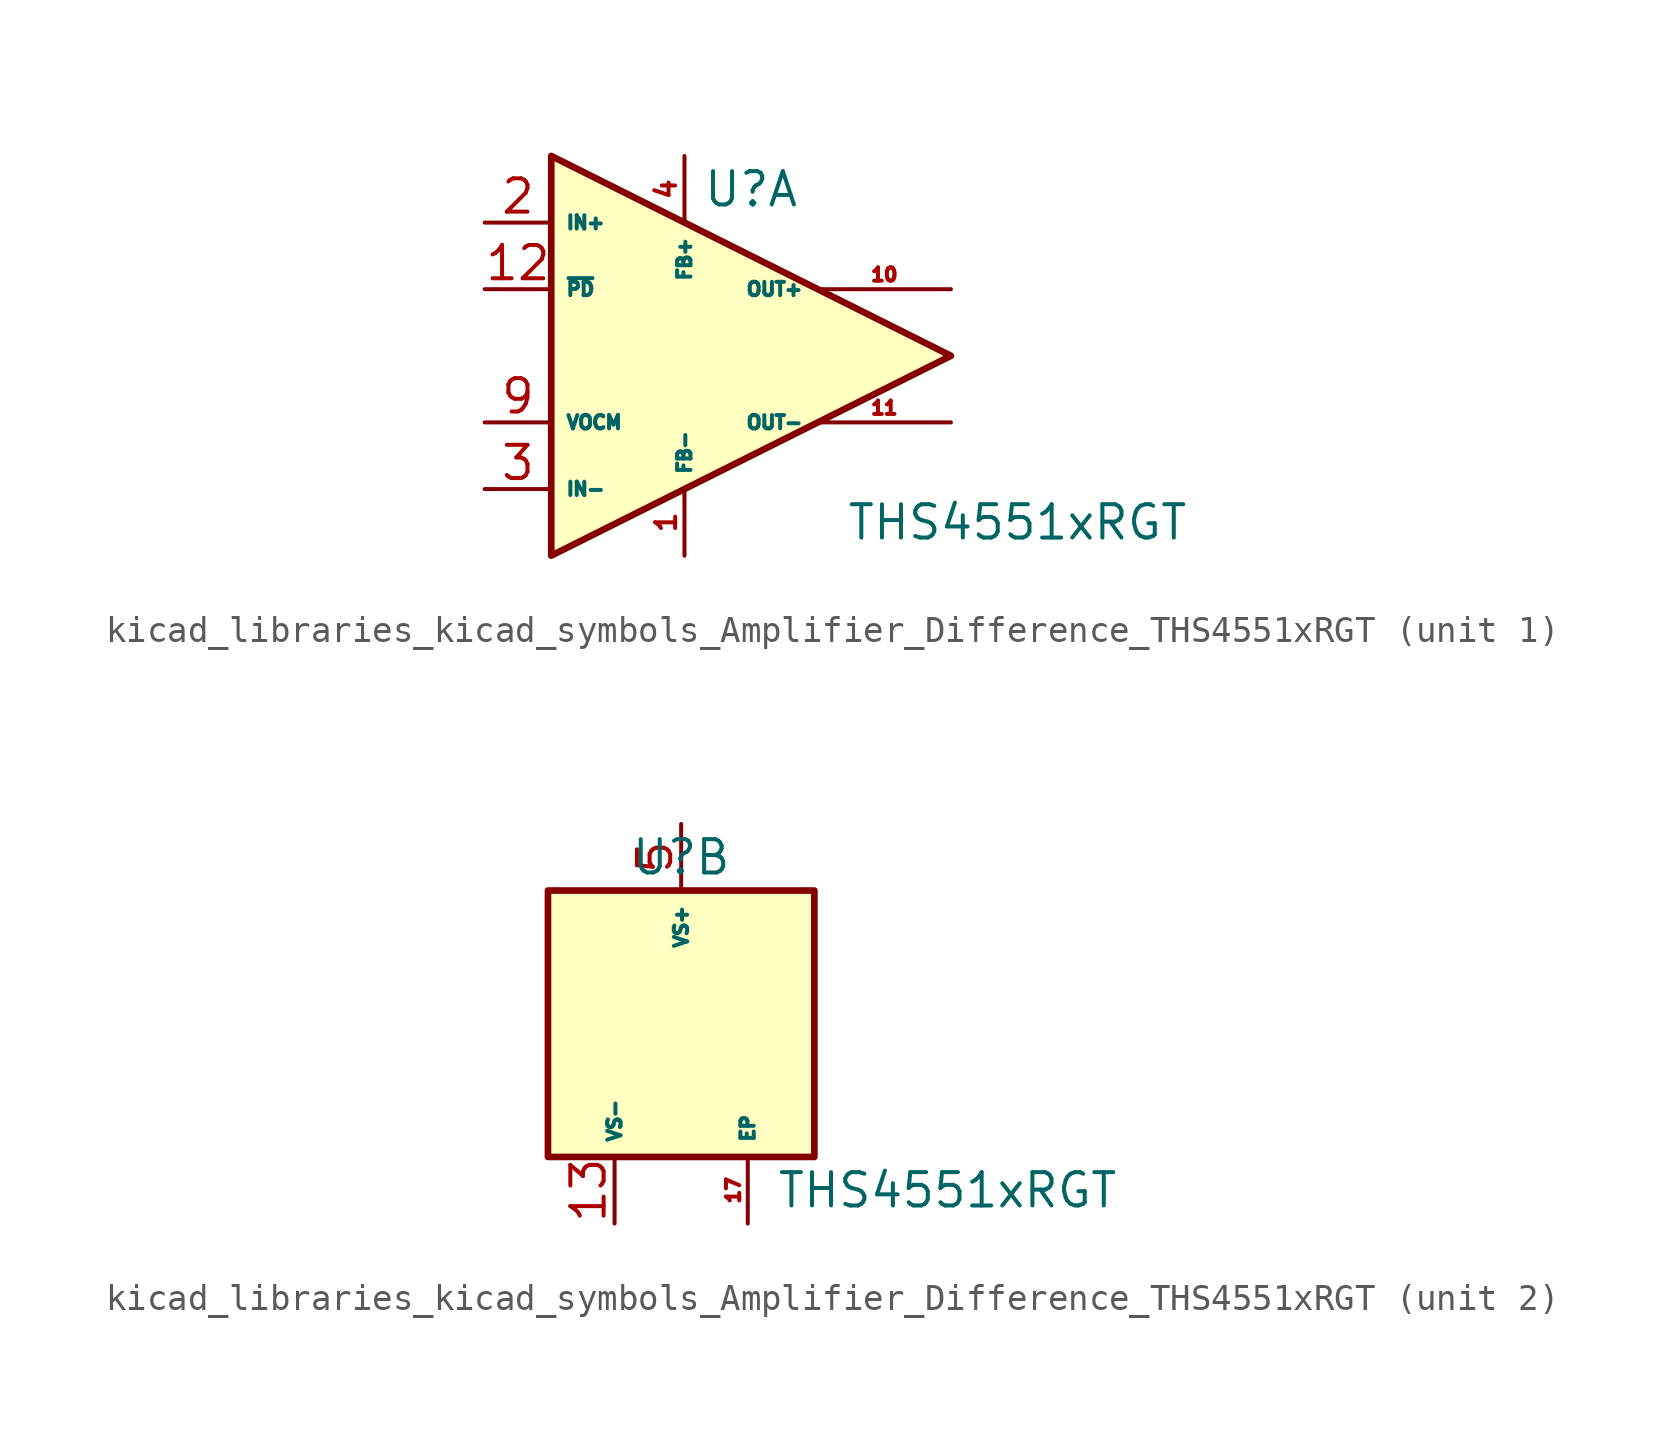
<source format=kicad_sym>
(kicad_symbol_lib
  (version 20220914)
  (generator kicad_symbol_editor)
  (symbol "kicad_libraries_kicad_symbols_Amplifier_Difference_THS4551xRGT"
    (property "Reference" "U"
      (at 0 6.35 0)
      (effects (font (size 1.27 1.27))))
    (property "Value" "THS4551xRGT"
      (at 10.16 -6.35 0)
      (effects (font (size 1.27 1.27))))
    (property "ki_locked" ""
      (at 0 0 0)
      (effects (font (size 1.27 1.27))))
    (symbol "kicad_libraries_kicad_symbols_Amplifier_Difference_THS4551xRGT_1_1"
      (polyline (pts (xy -7.62 7.62) (xy -7.62 -7.62) (xy 7.62 0) (xy -7.62 7.62)) (stroke (width 0.254) (type default)) (fill (type background)))
      (pin output line (at -2.54 -7.62 90) (length 2.54) (name "FB-" (effects (font (size 0.508 0.508)))) (number "1" (effects (font (size 0.762 0.762)))))
      (pin output line (at 7.62 2.54 180) (length 5.08) (name "OUT+" (effects (font (size 0.508 0.508)))) (number "10" (effects (font (size 0.508 0.508)))))
      (pin output line (at 7.62 -2.54 180) (length 5.08) (name "OUT-" (effects (font (size 0.508 0.508)))) (number "11" (effects (font (size 0.508 0.508)))))
      (pin input line (at -10.16 2.54 0) (length 2.54) (name "~{PD}" (effects (font (size 0.508 0.508)))) (number "12" (effects (font (size 1.27 1.27)))))
      (pin input line (at -10.16 5.08 0) (length 2.54) (name "IN+" (effects (font (size 0.508 0.508)))) (number "2" (effects (font (size 1.27 1.27)))))
      (pin input line (at -10.16 -5.08 0) (length 2.54) (name "IN-" (effects (font (size 0.508 0.508)))) (number "3" (effects (font (size 1.27 1.27)))))
      (pin output line (at -2.54 7.62 270) (length 2.54) (name "FB+" (effects (font (size 0.508 0.508)))) (number "4" (effects (font (size 0.762 0.762)))))
      (pin input line (at -10.16 -2.54 0) (length 2.54) (name "VOCM" (effects (font (size 0.508 0.508)))) (number "9" (effects (font (size 1.27 1.27))))))
    (symbol "kicad_libraries_kicad_symbols_Amplifier_Difference_THS4551xRGT_2_1"
      (rectangle (start -5.08 5.08) (end 5.08 -5.08) (stroke (width 0.254) (type default)) (fill (type background)))
      (pin power_in line (at -2.54 -7.62 90) (length 2.54) (name "VS-" (effects (font (size 0.508 0.508)))) (number "13" (effects (font (size 1.27 1.27)))))
      (pin passive line (at -2.54 -7.62 90) (length 2.54) hide (name "VS-" (effects (font (size 0.508 0.508)))) (number "14" (effects (font (size 1.27 1.27)))))
      (pin passive line (at -2.54 -7.62 90) (length 2.54) hide (name "VS-" (effects (font (size 0.508 0.508)))) (number "15" (effects (font (size 1.27 1.27)))))
      (pin passive line (at -2.54 -7.62 90) (length 2.54) hide (name "VS-" (effects (font (size 0.508 0.508)))) (number "16" (effects (font (size 1.27 1.27)))))
      (pin passive line (at 2.54 -7.62 90) (length 2.54) (name "EP" (effects (font (size 0.508 0.508)))) (number "17" (effects (font (size 0.508 0.508)))))
      (pin power_in line (at 0 7.62 270) (length 2.54) (name "VS+" (effects (font (size 0.508 0.508)))) (number "5" (effects (font (size 1.27 1.27)))))
      (pin passive line (at 0 7.62 270) (length 2.54) hide (name "VS+" (effects (font (size 0.508 0.508)))) (number "6" (effects (font (size 1.27 1.27)))))
      (pin passive line (at 0 7.62 270) (length 2.54) hide (name "VS+" (effects (font (size 0.508 0.508)))) (number "7" (effects (font (size 1.27 1.27)))))
      (pin passive line (at 0 7.62 270) (length 2.54) hide (name "VS+" (effects (font (size 0.508 0.508)))) (number "8" (effects (font (size 1.27 1.27))))))))
</source>
